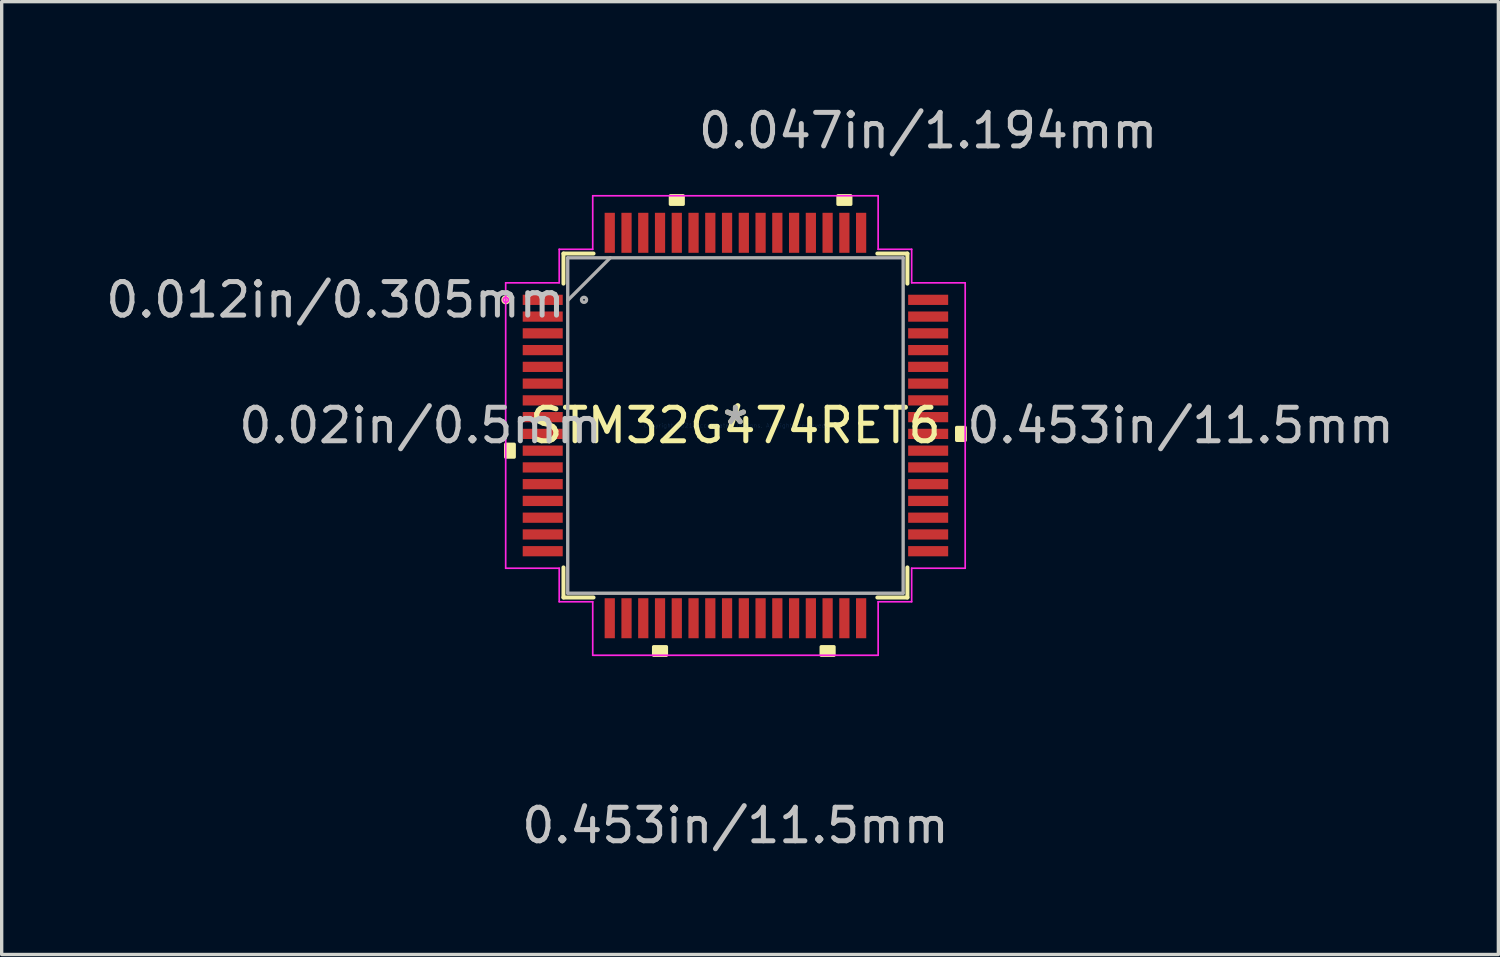
<source format=kicad_pcb>
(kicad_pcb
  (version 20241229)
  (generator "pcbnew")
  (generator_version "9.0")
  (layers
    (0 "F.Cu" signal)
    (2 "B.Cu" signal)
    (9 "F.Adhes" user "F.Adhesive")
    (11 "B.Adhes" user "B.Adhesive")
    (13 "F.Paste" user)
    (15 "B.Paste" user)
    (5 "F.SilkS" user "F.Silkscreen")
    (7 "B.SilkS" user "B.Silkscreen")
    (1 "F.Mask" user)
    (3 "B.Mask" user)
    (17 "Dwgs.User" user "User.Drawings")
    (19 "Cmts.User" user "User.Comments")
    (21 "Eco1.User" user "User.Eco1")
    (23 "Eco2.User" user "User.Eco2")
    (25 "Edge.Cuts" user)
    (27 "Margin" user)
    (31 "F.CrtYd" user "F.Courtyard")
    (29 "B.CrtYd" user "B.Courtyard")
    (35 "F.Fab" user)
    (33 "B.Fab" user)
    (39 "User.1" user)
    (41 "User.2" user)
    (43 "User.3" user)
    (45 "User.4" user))
  (footprint "STM32G474RET6"
    (layer "F.Cu")
    (at 18.893 9.646)
    (property "Reference" "STM32G474RET6" (at 0 0 0) (layer "F.SilkS") (effects (font (size 1 1) (thickness 0.15))))
    (attr through_hole)
    (fp_line (start -5.131 -5.131) (end -5.131 -4.234) (stroke (width 0.12) (type solid)) (layer "F.SilkS"))
    (fp_line (start -5.131 4.234) (end -5.131 5.131) (stroke (width 0.12) (type solid)) (layer "F.SilkS"))
    (fp_line (start -5.131 5.131) (end -4.234 5.131) (stroke (width 0.12) (type solid)) (layer "F.SilkS"))
    (fp_line (start -4.234 -5.131) (end -5.131 -5.131) (stroke (width 0.12) (type solid)) (layer "F.SilkS"))
    (fp_line (start 4.234 5.131) (end 5.131 5.131) (stroke (width 0.12) (type solid)) (layer "F.SilkS"))
    (fp_line (start 5.131 -5.131) (end 4.234 -5.131) (stroke (width 0.12) (type solid)) (layer "F.SilkS"))
    (fp_line (start 5.131 -4.234) (end 5.131 -5.131) (stroke (width 0.12) (type solid)) (layer "F.SilkS"))
    (fp_line (start 5.131 5.131) (end 5.131 4.234) (stroke (width 0.12) (type solid)) (layer "F.SilkS"))
    (fp_circle (center -6.851 -3.75) (end -6.775 -3.75) (stroke (width 0.12) (type solid)) (fill no) (layer "F.SilkS"))
    (fp_poly (pts (xy -6.855 0.56) (xy -6.855 0.941) (xy -6.601 0.941) (xy -6.601 0.56)) (stroke (width 0.1) (type solid)) (fill yes) (layer "F.SilkS"))
    (fp_poly (pts (xy -2.441 6.601) (xy -2.441 6.855) (xy -2.06 6.855) (xy -2.06 6.601)) (stroke (width 0.1) (type solid)) (fill yes) (layer "F.SilkS"))
    (fp_poly (pts (xy -1.94 -6.601) (xy -1.94 -6.855) (xy -1.559 -6.855) (xy -1.559 -6.601)) (stroke (width 0.1) (type solid)) (fill yes) (layer "F.SilkS"))
    (fp_poly (pts (xy 2.559 6.601) (xy 2.559 6.855) (xy 2.941 6.855) (xy 2.941 6.601)) (stroke (width 0.1) (type solid)) (fill yes) (layer "F.SilkS"))
    (fp_poly (pts (xy 3.06 -6.601) (xy 3.06 -6.855) (xy 3.441 -6.855) (xy 3.441 -6.601)) (stroke (width 0.1) (type solid)) (fill yes) (layer "F.SilkS"))
    (fp_poly (pts (xy 6.855 0.059) (xy 6.855 0.441) (xy 6.601 0.441) (xy 6.601 0.059)) (stroke (width 0.1) (type solid)) (fill yes) (layer "F.SilkS"))
    (fp_line (start -6.855 -4.258) (end -5.258 -4.258) (stroke (width 0.05) (type solid)) (layer "F.CrtYd"))
    (fp_line (start -6.855 4.258) (end -6.855 -4.258) (stroke (width 0.05) (type solid)) (layer "F.CrtYd"))
    (fp_line (start -5.258 -5.258) (end -4.258 -5.258) (stroke (width 0.05) (type solid)) (layer "F.CrtYd"))
    (fp_line (start -5.258 -4.258) (end -5.258 -5.258) (stroke (width 0.05) (type solid)) (layer "F.CrtYd"))
    (fp_line (start -5.258 4.258) (end -6.855 4.258) (stroke (width 0.05) (type solid)) (layer "F.CrtYd"))
    (fp_line (start -5.258 5.258) (end -5.258 4.258) (stroke (width 0.05) (type solid)) (layer "F.CrtYd"))
    (fp_line (start -4.258 -6.855) (end 4.258 -6.855) (stroke (width 0.05) (type solid)) (layer "F.CrtYd"))
    (fp_line (start -4.258 -5.258) (end -4.258 -6.855) (stroke (width 0.05) (type solid)) (layer "F.CrtYd"))
    (fp_line (start -4.258 5.258) (end -5.258 5.258) (stroke (width 0.05) (type solid)) (layer "F.CrtYd"))
    (fp_line (start -4.258 6.855) (end -4.258 5.258) (stroke (width 0.05) (type solid)) (layer "F.CrtYd"))
    (fp_line (start 4.258 -6.855) (end 4.258 -5.258) (stroke (width 0.05) (type solid)) (layer "F.CrtYd"))
    (fp_line (start 4.258 -5.258) (end 5.258 -5.258) (stroke (width 0.05) (type solid)) (layer "F.CrtYd"))
    (fp_line (start 4.258 5.258) (end 4.258 6.855) (stroke (width 0.05) (type solid)) (layer "F.CrtYd"))
    (fp_line (start 4.258 6.855) (end -4.258 6.855) (stroke (width 0.05) (type solid)) (layer "F.CrtYd"))
    (fp_line (start 5.258 -5.258) (end 5.258 -4.258) (stroke (width 0.05) (type solid)) (layer "F.CrtYd"))
    (fp_line (start 5.258 -4.258) (end 6.855 -4.258) (stroke (width 0.05) (type solid)) (layer "F.CrtYd"))
    (fp_line (start 5.258 4.258) (end 5.258 5.258) (stroke (width 0.05) (type solid)) (layer "F.CrtYd"))
    (fp_line (start 5.258 5.258) (end 4.258 5.258) (stroke (width 0.05) (type solid)) (layer "F.CrtYd"))
    (fp_line (start 6.855 -4.258) (end 6.855 4.258) (stroke (width 0.05) (type solid)) (layer "F.CrtYd"))
    (fp_line (start 6.855 4.258) (end 5.258 4.258) (stroke (width 0.05) (type solid)) (layer "F.CrtYd"))
    (fp_circle (center -6.851 -3.75) (end -6.775 -3.75) (stroke (width 0.05) (type solid)) (fill no) (layer "F.CrtYd"))
    (fp_line (start -5.004 -5.004) (end -5.004 5.004) (stroke (width 0.1) (type solid)) (layer "F.Fab"))
    (fp_line (start -5.004 -3.734) (end -3.734 -5.004) (stroke (width 0.1) (type solid)) (layer "F.Fab"))
    (fp_line (start -5.004 5.004) (end 5.004 5.004) (stroke (width 0.1) (type solid)) (layer "F.Fab"))
    (fp_line (start 5.004 -5.004) (end -5.004 -5.004) (stroke (width 0.1) (type solid)) (layer "F.Fab"))
    (fp_line (start 5.004 5.004) (end 5.004 -5.004) (stroke (width 0.1) (type solid)) (layer "F.Fab"))
    (fp_circle (center -4.518 -3.75) (end -4.442 -3.75) (stroke (width 0.1) (type solid)) (fill no) (layer "F.Fab"))
    (fp_text user "*" (at 0 0 0) (layer "F.SilkS") (effects (font (size 1 1) (thickness 0.15))))
    (fp_text user "0.047in/1.194mm" (at 5.75 -8.798 0) (layer "Dwgs.User") (effects (font (size 1 1) (thickness 0.15))))
    (fp_text user "0.012in/0.305mm" (at -11.935 -3.75 0) (layer "Dwgs.User") (effects (font (size 1 1) (thickness 0.15))))
    (fp_text user "0.453in/11.5mm" (at 13.281 0 0) (layer "Dwgs.User") (effects (font (size 1 1) (thickness 0.15))))
    (fp_text user "0.02in/0.5mm" (at -9.395 0 0) (layer "Dwgs.User") (effects (font (size 1 1) (thickness 0.15))))
    (fp_text user "0.453in/11.5mm" (at 0 11.935 0) (layer "Dwgs.User") (effects (font (size 1 1) (thickness 0.15))))
    (fp_text user "Copyright 2021 Accelerated Designs. All rights reserved." (at 0 0 0) (layer "Cmts.User") (effects (font (size 0.127 0.127) (thickness 0.002))))
    (fp_text user "*" (at 0 0 0) (layer "F.Fab") (effects (font (size 1 1) (thickness 0.15))))
    (pad "1" smd rect (at -5.75 -3.75) (size 1.194 0.305) (layers "F.Cu" "F.Mask" "F.Paste"))
    (pad "2" smd rect (at -5.75 -3.25) (size 1.194 0.305) (layers "F.Cu" "F.Mask" "F.Paste"))
    (pad "3" smd rect (at -5.75 -2.75) (size 1.194 0.305) (layers "F.Cu" "F.Mask" "F.Paste"))
    (pad "4" smd rect (at -5.75 -2.25) (size 1.194 0.305) (layers "F.Cu" "F.Mask" "F.Paste"))
    (pad "5" smd rect (at -5.75 -1.75) (size 1.194 0.305) (layers "F.Cu" "F.Mask" "F.Paste"))
    (pad "6" smd rect (at -5.75 -1.25) (size 1.194 0.305) (layers "F.Cu" "F.Mask" "F.Paste"))
    (pad "7" smd rect (at -5.75 -0.75) (size 1.194 0.305) (layers "F.Cu" "F.Mask" "F.Paste"))
    (pad "8" smd rect (at -5.75 -0.25) (size 1.194 0.305) (layers "F.Cu" "F.Mask" "F.Paste"))
    (pad "9" smd rect (at -5.75 0.25) (size 1.194 0.305) (layers "F.Cu" "F.Mask" "F.Paste"))
    (pad "10" smd rect (at -5.75 0.75) (size 1.194 0.305) (layers "F.Cu" "F.Mask" "F.Paste"))
    (pad "11" smd rect (at -5.75 1.25) (size 1.194 0.305) (layers "F.Cu" "F.Mask" "F.Paste"))
    (pad "12" smd rect (at -5.75 1.75) (size 1.194 0.305) (layers "F.Cu" "F.Mask" "F.Paste"))
    (pad "13" smd rect (at -5.75 2.25) (size 1.194 0.305) (layers "F.Cu" "F.Mask" "F.Paste"))
    (pad "14" smd rect (at -5.75 2.75) (size 1.194 0.305) (layers "F.Cu" "F.Mask" "F.Paste"))
    (pad "15" smd rect (at -5.75 3.25) (size 1.194 0.305) (layers "F.Cu" "F.Mask" "F.Paste"))
    (pad "16" smd rect (at -5.75 3.75) (size 1.194 0.305) (layers "F.Cu" "F.Mask" "F.Paste"))
    (pad "17" smd rect (at -3.75 5.75 90) (size 1.194 0.305) (layers "F.Cu" "F.Mask" "F.Paste"))
    (pad "18" smd rect (at -3.25 5.75 90) (size 1.194 0.305) (layers "F.Cu" "F.Mask" "F.Paste"))
    (pad "19" smd rect (at -2.75 5.75 90) (size 1.194 0.305) (layers "F.Cu" "F.Mask" "F.Paste"))
    (pad "20" smd rect (at -2.25 5.75 90) (size 1.194 0.305) (layers "F.Cu" "F.Mask" "F.Paste"))
    (pad "21" smd rect (at -1.75 5.75 90) (size 1.194 0.305) (layers "F.Cu" "F.Mask" "F.Paste"))
    (pad "22" smd rect (at -1.25 5.75 90) (size 1.194 0.305) (layers "F.Cu" "F.Mask" "F.Paste"))
    (pad "23" smd rect (at -0.75 5.75 90) (size 1.194 0.305) (layers "F.Cu" "F.Mask" "F.Paste"))
    (pad "24" smd rect (at -0.25 5.75 90) (size 1.194 0.305) (layers "F.Cu" "F.Mask" "F.Paste"))
    (pad "25" smd rect (at 0.25 5.75 90) (size 1.194 0.305) (layers "F.Cu" "F.Mask" "F.Paste"))
    (pad "26" smd rect (at 0.75 5.75 90) (size 1.194 0.305) (layers "F.Cu" "F.Mask" "F.Paste"))
    (pad "27" smd rect (at 1.25 5.75 90) (size 1.194 0.305) (layers "F.Cu" "F.Mask" "F.Paste"))
    (pad "28" smd rect (at 1.75 5.75 90) (size 1.194 0.305) (layers "F.Cu" "F.Mask" "F.Paste"))
    (pad "29" smd rect (at 2.25 5.75 90) (size 1.194 0.305) (layers "F.Cu" "F.Mask" "F.Paste"))
    (pad "30" smd rect (at 2.75 5.75 90) (size 1.194 0.305) (layers "F.Cu" "F.Mask" "F.Paste"))
    (pad "31" smd rect (at 3.25 5.75 90) (size 1.194 0.305) (layers "F.Cu" "F.Mask" "F.Paste"))
    (pad "32" smd rect (at 3.75 5.75 90) (size 1.194 0.305) (layers "F.Cu" "F.Mask" "F.Paste"))
    (pad "33" smd rect (at 5.75 3.75) (size 1.194 0.305) (layers "F.Cu" "F.Mask" "F.Paste"))
    (pad "34" smd rect (at 5.75 3.25) (size 1.194 0.305) (layers "F.Cu" "F.Mask" "F.Paste"))
    (pad "35" smd rect (at 5.75 2.75) (size 1.194 0.305) (layers "F.Cu" "F.Mask" "F.Paste"))
    (pad "36" smd rect (at 5.75 2.25) (size 1.194 0.305) (layers "F.Cu" "F.Mask" "F.Paste"))
    (pad "37" smd rect (at 5.75 1.75) (size 1.194 0.305) (layers "F.Cu" "F.Mask" "F.Paste"))
    (pad "38" smd rect (at 5.75 1.25) (size 1.194 0.305) (layers "F.Cu" "F.Mask" "F.Paste"))
    (pad "39" smd rect (at 5.75 0.75) (size 1.194 0.305) (layers "F.Cu" "F.Mask" "F.Paste"))
    (pad "40" smd rect (at 5.75 0.25) (size 1.194 0.305) (layers "F.Cu" "F.Mask" "F.Paste"))
    (pad "41" smd rect (at 5.75 -0.25) (size 1.194 0.305) (layers "F.Cu" "F.Mask" "F.Paste"))
    (pad "42" smd rect (at 5.75 -0.75) (size 1.194 0.305) (layers "F.Cu" "F.Mask" "F.Paste"))
    (pad "43" smd rect (at 5.75 -1.25) (size 1.194 0.305) (layers "F.Cu" "F.Mask" "F.Paste"))
    (pad "44" smd rect (at 5.75 -1.75) (size 1.194 0.305) (layers "F.Cu" "F.Mask" "F.Paste"))
    (pad "45" smd rect (at 5.75 -2.25) (size 1.194 0.305) (layers "F.Cu" "F.Mask" "F.Paste"))
    (pad "46" smd rect (at 5.75 -2.75) (size 1.194 0.305) (layers "F.Cu" "F.Mask" "F.Paste"))
    (pad "47" smd rect (at 5.75 -3.25) (size 1.194 0.305) (layers "F.Cu" "F.Mask" "F.Paste"))
    (pad "48" smd rect (at 5.75 -3.75) (size 1.194 0.305) (layers "F.Cu" "F.Mask" "F.Paste"))
    (pad "49" smd rect (at 3.75 -5.75 90) (size 1.194 0.305) (layers "F.Cu" "F.Mask" "F.Paste"))
    (pad "50" smd rect (at 3.25 -5.75 90) (size 1.194 0.305) (layers "F.Cu" "F.Mask" "F.Paste"))
    (pad "51" smd rect (at 2.75 -5.75 90) (size 1.194 0.305) (layers "F.Cu" "F.Mask" "F.Paste"))
    (pad "52" smd rect (at 2.25 -5.75 90) (size 1.194 0.305) (layers "F.Cu" "F.Mask" "F.Paste"))
    (pad "53" smd rect (at 1.75 -5.75 90) (size 1.194 0.305) (layers "F.Cu" "F.Mask" "F.Paste"))
    (pad "54" smd rect (at 1.25 -5.75 90) (size 1.194 0.305) (layers "F.Cu" "F.Mask" "F.Paste"))
    (pad "55" smd rect (at 0.75 -5.75 90) (size 1.194 0.305) (layers "F.Cu" "F.Mask" "F.Paste"))
    (pad "56" smd rect (at 0.25 -5.75 90) (size 1.194 0.305) (layers "F.Cu" "F.Mask" "F.Paste"))
    (pad "57" smd rect (at -0.25 -5.75 90) (size 1.194 0.305) (layers "F.Cu" "F.Mask" "F.Paste"))
    (pad "58" smd rect (at -0.75 -5.75 90) (size 1.194 0.305) (layers "F.Cu" "F.Mask" "F.Paste"))
    (pad "59" smd rect (at -1.25 -5.75 90) (size 1.194 0.305) (layers "F.Cu" "F.Mask" "F.Paste"))
    (pad "60" smd rect (at -1.75 -5.75 90) (size 1.194 0.305) (layers "F.Cu" "F.Mask" "F.Paste"))
    (pad "61" smd rect (at -2.25 -5.75 90) (size 1.194 0.305) (layers "F.Cu" "F.Mask" "F.Paste"))
    (pad "62" smd rect (at -2.75 -5.75 90) (size 1.194 0.305) (layers "F.Cu" "F.Mask" "F.Paste"))
    (pad "63" smd rect (at -3.25 -5.75 90) (size 1.194 0.305) (layers "F.Cu" "F.Mask" "F.Paste"))
    (pad "64" smd rect (at -3.75 -5.75 90) (size 1.194 0.305) (layers "F.Cu" "F.Mask" "F.Paste")))
  (gr_rect
    (start -3 -3)
    (end 41.656 25.429)
    (stroke (width 0.1) (type default))
    (fill no)
    (layer "Edge.Cuts")))
</source>
